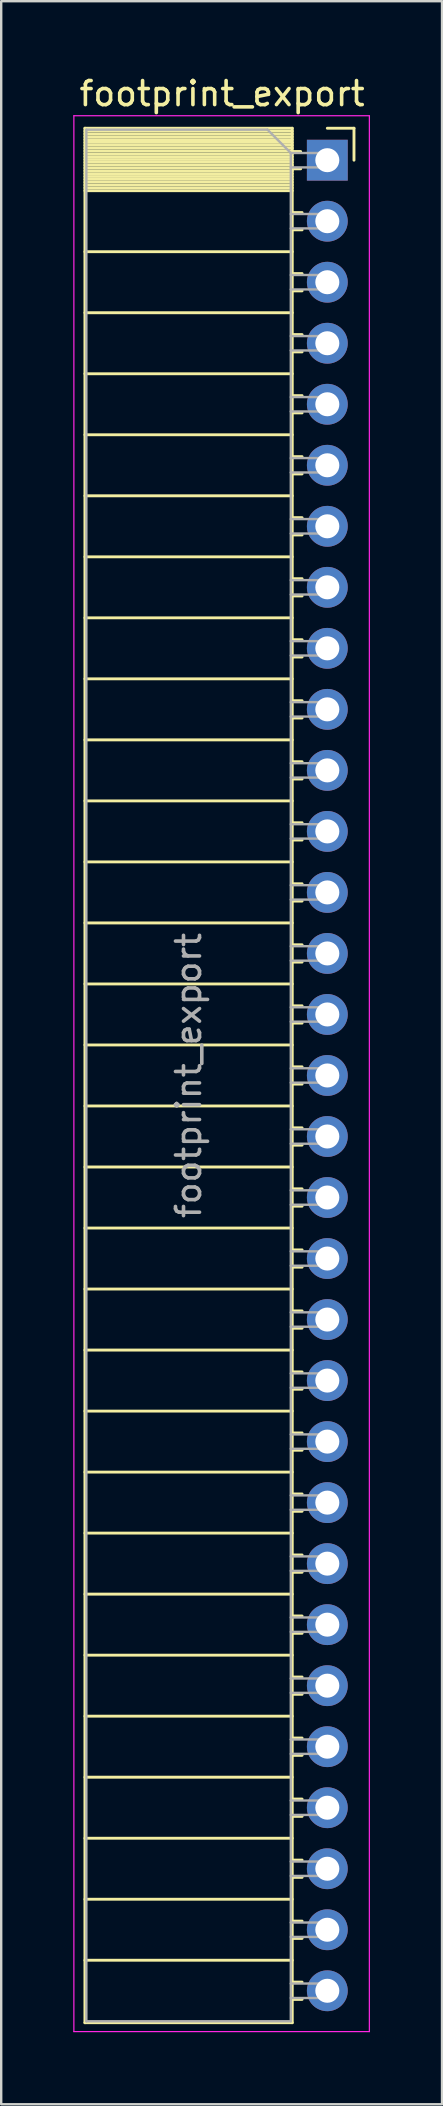
<source format=kicad_pcb>
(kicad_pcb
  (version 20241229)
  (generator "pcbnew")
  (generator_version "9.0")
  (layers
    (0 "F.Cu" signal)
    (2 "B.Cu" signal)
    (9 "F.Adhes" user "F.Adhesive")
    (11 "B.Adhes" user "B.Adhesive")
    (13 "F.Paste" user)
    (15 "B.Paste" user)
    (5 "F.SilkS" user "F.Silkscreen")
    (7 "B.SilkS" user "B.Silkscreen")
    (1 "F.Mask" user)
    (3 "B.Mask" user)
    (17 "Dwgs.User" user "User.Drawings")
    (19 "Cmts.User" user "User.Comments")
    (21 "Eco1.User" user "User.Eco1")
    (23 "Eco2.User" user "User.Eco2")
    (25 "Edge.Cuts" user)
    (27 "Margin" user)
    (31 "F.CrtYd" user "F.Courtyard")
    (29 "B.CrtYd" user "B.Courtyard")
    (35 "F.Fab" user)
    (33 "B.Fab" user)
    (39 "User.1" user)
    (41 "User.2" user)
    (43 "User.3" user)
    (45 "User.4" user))
  (footprint "footprint_export"
    (layer "F.Cu")
    (at 10.575 3.618)
    (property "Reference" "footprint_export" (at -4.38 -2.77 0) (layer "F.SilkS") (effects (font (size 1 1) (thickness 0.15))))
    (attr through_hole)
    (fp_line (start -10.09 -1.33) (end -10.09 77.53) (stroke (width 0.12) (type solid)) (layer "F.SilkS"))
    (fp_line (start -10.09 -1.33) (end -1.46 -1.33) (stroke (width 0.12) (type solid)) (layer "F.SilkS"))
    (fp_line (start -10.09 -1.21) (end -1.46 -1.21) (stroke (width 0.12) (type solid)) (layer "F.SilkS"))
    (fp_line (start -10.09 -1.092) (end -1.46 -1.092) (stroke (width 0.12) (type solid)) (layer "F.SilkS"))
    (fp_line (start -10.09 -0.974) (end -1.46 -0.974) (stroke (width 0.12) (type solid)) (layer "F.SilkS"))
    (fp_line (start -10.09 -0.856) (end -1.46 -0.856) (stroke (width 0.12) (type solid)) (layer "F.SilkS"))
    (fp_line (start -10.09 -0.738) (end -1.46 -0.738) (stroke (width 0.12) (type solid)) (layer "F.SilkS"))
    (fp_line (start -10.09 -0.62) (end -1.46 -0.62) (stroke (width 0.12) (type solid)) (layer "F.SilkS"))
    (fp_line (start -10.09 -0.501) (end -1.46 -0.501) (stroke (width 0.12) (type solid)) (layer "F.SilkS"))
    (fp_line (start -10.09 -0.383) (end -1.46 -0.383) (stroke (width 0.12) (type solid)) (layer "F.SilkS"))
    (fp_line (start -10.09 -0.265) (end -1.46 -0.265) (stroke (width 0.12) (type solid)) (layer "F.SilkS"))
    (fp_line (start -10.09 -0.147) (end -1.46 -0.147) (stroke (width 0.12) (type solid)) (layer "F.SilkS"))
    (fp_line (start -10.09 -0.029) (end -1.46 -0.029) (stroke (width 0.12) (type solid)) (layer "F.SilkS"))
    (fp_line (start -10.09 0.089) (end -1.46 0.089) (stroke (width 0.12) (type solid)) (layer "F.SilkS"))
    (fp_line (start -10.09 0.207) (end -1.46 0.207) (stroke (width 0.12) (type solid)) (layer "F.SilkS"))
    (fp_line (start -10.09 0.325) (end -1.46 0.325) (stroke (width 0.12) (type solid)) (layer "F.SilkS"))
    (fp_line (start -10.09 0.443) (end -1.46 0.443) (stroke (width 0.12) (type solid)) (layer "F.SilkS"))
    (fp_line (start -10.09 0.561) (end -1.46 0.561) (stroke (width 0.12) (type solid)) (layer "F.SilkS"))
    (fp_line (start -10.09 0.68) (end -1.46 0.68) (stroke (width 0.12) (type solid)) (layer "F.SilkS"))
    (fp_line (start -10.09 0.798) (end -1.46 0.798) (stroke (width 0.12) (type solid)) (layer "F.SilkS"))
    (fp_line (start -10.09 0.916) (end -1.46 0.916) (stroke (width 0.12) (type solid)) (layer "F.SilkS"))
    (fp_line (start -10.09 1.034) (end -1.46 1.034) (stroke (width 0.12) (type solid)) (layer "F.SilkS"))
    (fp_line (start -10.09 1.152) (end -1.46 1.152) (stroke (width 0.12) (type solid)) (layer "F.SilkS"))
    (fp_line (start -10.09 1.27) (end -1.46 1.27) (stroke (width 0.12) (type solid)) (layer "F.SilkS"))
    (fp_line (start -10.09 3.81) (end -1.46 3.81) (stroke (width 0.12) (type solid)) (layer "F.SilkS"))
    (fp_line (start -10.09 6.35) (end -1.46 6.35) (stroke (width 0.12) (type solid)) (layer "F.SilkS"))
    (fp_line (start -10.09 8.89) (end -1.46 8.89) (stroke (width 0.12) (type solid)) (layer "F.SilkS"))
    (fp_line (start -10.09 11.43) (end -1.46 11.43) (stroke (width 0.12) (type solid)) (layer "F.SilkS"))
    (fp_line (start -10.09 13.97) (end -1.46 13.97) (stroke (width 0.12) (type solid)) (layer "F.SilkS"))
    (fp_line (start -10.09 16.51) (end -1.46 16.51) (stroke (width 0.12) (type solid)) (layer "F.SilkS"))
    (fp_line (start -10.09 19.05) (end -1.46 19.05) (stroke (width 0.12) (type solid)) (layer "F.SilkS"))
    (fp_line (start -10.09 21.59) (end -1.46 21.59) (stroke (width 0.12) (type solid)) (layer "F.SilkS"))
    (fp_line (start -10.09 24.13) (end -1.46 24.13) (stroke (width 0.12) (type solid)) (layer "F.SilkS"))
    (fp_line (start -10.09 26.67) (end -1.46 26.67) (stroke (width 0.12) (type solid)) (layer "F.SilkS"))
    (fp_line (start -10.09 29.21) (end -1.46 29.21) (stroke (width 0.12) (type solid)) (layer "F.SilkS"))
    (fp_line (start -10.09 31.75) (end -1.46 31.75) (stroke (width 0.12) (type solid)) (layer "F.SilkS"))
    (fp_line (start -10.09 34.29) (end -1.46 34.29) (stroke (width 0.12) (type solid)) (layer "F.SilkS"))
    (fp_line (start -10.09 36.83) (end -1.46 36.83) (stroke (width 0.12) (type solid)) (layer "F.SilkS"))
    (fp_line (start -10.09 39.37) (end -1.46 39.37) (stroke (width 0.12) (type solid)) (layer "F.SilkS"))
    (fp_line (start -10.09 41.91) (end -1.46 41.91) (stroke (width 0.12) (type solid)) (layer "F.SilkS"))
    (fp_line (start -10.09 44.45) (end -1.46 44.45) (stroke (width 0.12) (type solid)) (layer "F.SilkS"))
    (fp_line (start -10.09 46.99) (end -1.46 46.99) (stroke (width 0.12) (type solid)) (layer "F.SilkS"))
    (fp_line (start -10.09 49.53) (end -1.46 49.53) (stroke (width 0.12) (type solid)) (layer "F.SilkS"))
    (fp_line (start -10.09 52.07) (end -1.46 52.07) (stroke (width 0.12) (type solid)) (layer "F.SilkS"))
    (fp_line (start -10.09 54.61) (end -1.46 54.61) (stroke (width 0.12) (type solid)) (layer "F.SilkS"))
    (fp_line (start -10.09 57.15) (end -1.46 57.15) (stroke (width 0.12) (type solid)) (layer "F.SilkS"))
    (fp_line (start -10.09 59.69) (end -1.46 59.69) (stroke (width 0.12) (type solid)) (layer "F.SilkS"))
    (fp_line (start -10.09 62.23) (end -1.46 62.23) (stroke (width 0.12) (type solid)) (layer "F.SilkS"))
    (fp_line (start -10.09 64.77) (end -1.46 64.77) (stroke (width 0.12) (type solid)) (layer "F.SilkS"))
    (fp_line (start -10.09 67.31) (end -1.46 67.31) (stroke (width 0.12) (type solid)) (layer "F.SilkS"))
    (fp_line (start -10.09 69.85) (end -1.46 69.85) (stroke (width 0.12) (type solid)) (layer "F.SilkS"))
    (fp_line (start -10.09 72.39) (end -1.46 72.39) (stroke (width 0.12) (type solid)) (layer "F.SilkS"))
    (fp_line (start -10.09 74.93) (end -1.46 74.93) (stroke (width 0.12) (type solid)) (layer "F.SilkS"))
    (fp_line (start -10.09 77.53) (end -1.46 77.53) (stroke (width 0.12) (type solid)) (layer "F.SilkS"))
    (fp_line (start -1.46 -1.33) (end -1.46 77.53) (stroke (width 0.12) (type solid)) (layer "F.SilkS"))
    (fp_line (start -1.46 -0.36) (end -1.11 -0.36) (stroke (width 0.12) (type solid)) (layer "F.SilkS"))
    (fp_line (start -1.46 0.36) (end -1.11 0.36) (stroke (width 0.12) (type solid)) (layer "F.SilkS"))
    (fp_line (start -1.46 2.18) (end -1.05 2.18) (stroke (width 0.12) (type solid)) (layer "F.SilkS"))
    (fp_line (start -1.46 2.9) (end -1.05 2.9) (stroke (width 0.12) (type solid)) (layer "F.SilkS"))
    (fp_line (start -1.46 4.72) (end -1.05 4.72) (stroke (width 0.12) (type solid)) (layer "F.SilkS"))
    (fp_line (start -1.46 5.44) (end -1.05 5.44) (stroke (width 0.12) (type solid)) (layer "F.SilkS"))
    (fp_line (start -1.46 7.26) (end -1.05 7.26) (stroke (width 0.12) (type solid)) (layer "F.SilkS"))
    (fp_line (start -1.46 7.98) (end -1.05 7.98) (stroke (width 0.12) (type solid)) (layer "F.SilkS"))
    (fp_line (start -1.46 9.8) (end -1.05 9.8) (stroke (width 0.12) (type solid)) (layer "F.SilkS"))
    (fp_line (start -1.46 10.52) (end -1.05 10.52) (stroke (width 0.12) (type solid)) (layer "F.SilkS"))
    (fp_line (start -1.46 12.34) (end -1.05 12.34) (stroke (width 0.12) (type solid)) (layer "F.SilkS"))
    (fp_line (start -1.46 13.06) (end -1.05 13.06) (stroke (width 0.12) (type solid)) (layer "F.SilkS"))
    (fp_line (start -1.46 14.88) (end -1.05 14.88) (stroke (width 0.12) (type solid)) (layer "F.SilkS"))
    (fp_line (start -1.46 15.6) (end -1.05 15.6) (stroke (width 0.12) (type solid)) (layer "F.SilkS"))
    (fp_line (start -1.46 17.42) (end -1.05 17.42) (stroke (width 0.12) (type solid)) (layer "F.SilkS"))
    (fp_line (start -1.46 18.14) (end -1.05 18.14) (stroke (width 0.12) (type solid)) (layer "F.SilkS"))
    (fp_line (start -1.46 19.96) (end -1.05 19.96) (stroke (width 0.12) (type solid)) (layer "F.SilkS"))
    (fp_line (start -1.46 20.68) (end -1.05 20.68) (stroke (width 0.12) (type solid)) (layer "F.SilkS"))
    (fp_line (start -1.46 22.5) (end -1.05 22.5) (stroke (width 0.12) (type solid)) (layer "F.SilkS"))
    (fp_line (start -1.46 23.22) (end -1.05 23.22) (stroke (width 0.12) (type solid)) (layer "F.SilkS"))
    (fp_line (start -1.46 25.04) (end -1.05 25.04) (stroke (width 0.12) (type solid)) (layer "F.SilkS"))
    (fp_line (start -1.46 25.76) (end -1.05 25.76) (stroke (width 0.12) (type solid)) (layer "F.SilkS"))
    (fp_line (start -1.46 27.58) (end -1.05 27.58) (stroke (width 0.12) (type solid)) (layer "F.SilkS"))
    (fp_line (start -1.46 28.3) (end -1.05 28.3) (stroke (width 0.12) (type solid)) (layer "F.SilkS"))
    (fp_line (start -1.46 30.12) (end -1.05 30.12) (stroke (width 0.12) (type solid)) (layer "F.SilkS"))
    (fp_line (start -1.46 30.84) (end -1.05 30.84) (stroke (width 0.12) (type solid)) (layer "F.SilkS"))
    (fp_line (start -1.46 32.66) (end -1.05 32.66) (stroke (width 0.12) (type solid)) (layer "F.SilkS"))
    (fp_line (start -1.46 33.38) (end -1.05 33.38) (stroke (width 0.12) (type solid)) (layer "F.SilkS"))
    (fp_line (start -1.46 35.2) (end -1.05 35.2) (stroke (width 0.12) (type solid)) (layer "F.SilkS"))
    (fp_line (start -1.46 35.92) (end -1.05 35.92) (stroke (width 0.12) (type solid)) (layer "F.SilkS"))
    (fp_line (start -1.46 37.74) (end -1.05 37.74) (stroke (width 0.12) (type solid)) (layer "F.SilkS"))
    (fp_line (start -1.46 38.46) (end -1.05 38.46) (stroke (width 0.12) (type solid)) (layer "F.SilkS"))
    (fp_line (start -1.46 40.28) (end -1.05 40.28) (stroke (width 0.12) (type solid)) (layer "F.SilkS"))
    (fp_line (start -1.46 41) (end -1.05 41) (stroke (width 0.12) (type solid)) (layer "F.SilkS"))
    (fp_line (start -1.46 42.82) (end -1.05 42.82) (stroke (width 0.12) (type solid)) (layer "F.SilkS"))
    (fp_line (start -1.46 43.54) (end -1.05 43.54) (stroke (width 0.12) (type solid)) (layer "F.SilkS"))
    (fp_line (start -1.46 45.36) (end -1.05 45.36) (stroke (width 0.12) (type solid)) (layer "F.SilkS"))
    (fp_line (start -1.46 46.08) (end -1.05 46.08) (stroke (width 0.12) (type solid)) (layer "F.SilkS"))
    (fp_line (start -1.46 47.9) (end -1.05 47.9) (stroke (width 0.12) (type solid)) (layer "F.SilkS"))
    (fp_line (start -1.46 48.62) (end -1.05 48.62) (stroke (width 0.12) (type solid)) (layer "F.SilkS"))
    (fp_line (start -1.46 50.44) (end -1.05 50.44) (stroke (width 0.12) (type solid)) (layer "F.SilkS"))
    (fp_line (start -1.46 51.16) (end -1.05 51.16) (stroke (width 0.12) (type solid)) (layer "F.SilkS"))
    (fp_line (start -1.46 52.98) (end -1.05 52.98) (stroke (width 0.12) (type solid)) (layer "F.SilkS"))
    (fp_line (start -1.46 53.7) (end -1.05 53.7) (stroke (width 0.12) (type solid)) (layer "F.SilkS"))
    (fp_line (start -1.46 55.52) (end -1.05 55.52) (stroke (width 0.12) (type solid)) (layer "F.SilkS"))
    (fp_line (start -1.46 56.24) (end -1.05 56.24) (stroke (width 0.12) (type solid)) (layer "F.SilkS"))
    (fp_line (start -1.46 58.06) (end -1.05 58.06) (stroke (width 0.12) (type solid)) (layer "F.SilkS"))
    (fp_line (start -1.46 58.78) (end -1.05 58.78) (stroke (width 0.12) (type solid)) (layer "F.SilkS"))
    (fp_line (start -1.46 60.6) (end -1.05 60.6) (stroke (width 0.12) (type solid)) (layer "F.SilkS"))
    (fp_line (start -1.46 61.32) (end -1.05 61.32) (stroke (width 0.12) (type solid)) (layer "F.SilkS"))
    (fp_line (start -1.46 63.14) (end -1.05 63.14) (stroke (width 0.12) (type solid)) (layer "F.SilkS"))
    (fp_line (start -1.46 63.86) (end -1.05 63.86) (stroke (width 0.12) (type solid)) (layer "F.SilkS"))
    (fp_line (start -1.46 65.68) (end -1.05 65.68) (stroke (width 0.12) (type solid)) (layer "F.SilkS"))
    (fp_line (start -1.46 66.4) (end -1.05 66.4) (stroke (width 0.12) (type solid)) (layer "F.SilkS"))
    (fp_line (start -1.46 68.22) (end -1.05 68.22) (stroke (width 0.12) (type solid)) (layer "F.SilkS"))
    (fp_line (start -1.46 68.94) (end -1.05 68.94) (stroke (width 0.12) (type solid)) (layer "F.SilkS"))
    (fp_line (start -1.46 70.76) (end -1.05 70.76) (stroke (width 0.12) (type solid)) (layer "F.SilkS"))
    (fp_line (start -1.46 71.48) (end -1.05 71.48) (stroke (width 0.12) (type solid)) (layer "F.SilkS"))
    (fp_line (start -1.46 73.3) (end -1.05 73.3) (stroke (width 0.12) (type solid)) (layer "F.SilkS"))
    (fp_line (start -1.46 74.02) (end -1.05 74.02) (stroke (width 0.12) (type solid)) (layer "F.SilkS"))
    (fp_line (start -1.46 75.84) (end -1.05 75.84) (stroke (width 0.12) (type solid)) (layer "F.SilkS"))
    (fp_line (start -1.46 76.56) (end -1.05 76.56) (stroke (width 0.12) (type solid)) (layer "F.SilkS"))
    (fp_line (start 0 -1.33) (end 1.11 -1.33) (stroke (width 0.12) (type solid)) (layer "F.SilkS"))
    (fp_line (start 1.11 -1.33) (end 1.11 0) (stroke (width 0.12) (type solid)) (layer "F.SilkS"))
    (fp_line (start -10.55 -1.85) (end -10.55 77.9) (stroke (width 0.05) (type solid)) (layer "F.CrtYd"))
    (fp_line (start -10.55 77.9) (end 1.75 77.9) (stroke (width 0.05) (type solid)) (layer "F.CrtYd"))
    (fp_line (start 1.75 -1.85) (end -10.55 -1.85) (stroke (width 0.05) (type solid)) (layer "F.CrtYd"))
    (fp_line (start 1.75 77.9) (end 1.75 -1.85) (stroke (width 0.05) (type solid)) (layer "F.CrtYd"))
    (fp_line (start -10.03 -1.27) (end -2.49 -1.27) (stroke (width 0.1) (type solid)) (layer "F.Fab"))
    (fp_line (start -10.03 77.47) (end -10.03 -1.27) (stroke (width 0.1) (type solid)) (layer "F.Fab"))
    (fp_line (start -2.49 -1.27) (end -1.52 -0.3) (stroke (width 0.1) (type solid)) (layer "F.Fab"))
    (fp_line (start -1.52 -0.3) (end -1.52 77.47) (stroke (width 0.1) (type solid)) (layer "F.Fab"))
    (fp_line (start -1.52 0.3) (end 0 0.3) (stroke (width 0.1) (type solid)) (layer "F.Fab"))
    (fp_line (start -1.52 2.84) (end 0 2.84) (stroke (width 0.1) (type solid)) (layer "F.Fab"))
    (fp_line (start -1.52 5.38) (end 0 5.38) (stroke (width 0.1) (type solid)) (layer "F.Fab"))
    (fp_line (start -1.52 7.92) (end 0 7.92) (stroke (width 0.1) (type solid)) (layer "F.Fab"))
    (fp_line (start -1.52 10.46) (end 0 10.46) (stroke (width 0.1) (type solid)) (layer "F.Fab"))
    (fp_line (start -1.52 13) (end 0 13) (stroke (width 0.1) (type solid)) (layer "F.Fab"))
    (fp_line (start -1.52 15.54) (end 0 15.54) (stroke (width 0.1) (type solid)) (layer "F.Fab"))
    (fp_line (start -1.52 18.08) (end 0 18.08) (stroke (width 0.1) (type solid)) (layer "F.Fab"))
    (fp_line (start -1.52 20.62) (end 0 20.62) (stroke (width 0.1) (type solid)) (layer "F.Fab"))
    (fp_line (start -1.52 23.16) (end 0 23.16) (stroke (width 0.1) (type solid)) (layer "F.Fab"))
    (fp_line (start -1.52 25.7) (end 0 25.7) (stroke (width 0.1) (type solid)) (layer "F.Fab"))
    (fp_line (start -1.52 28.24) (end 0 28.24) (stroke (width 0.1) (type solid)) (layer "F.Fab"))
    (fp_line (start -1.52 30.78) (end 0 30.78) (stroke (width 0.1) (type solid)) (layer "F.Fab"))
    (fp_line (start -1.52 33.32) (end 0 33.32) (stroke (width 0.1) (type solid)) (layer "F.Fab"))
    (fp_line (start -1.52 35.86) (end 0 35.86) (stroke (width 0.1) (type solid)) (layer "F.Fab"))
    (fp_line (start -1.52 38.4) (end 0 38.4) (stroke (width 0.1) (type solid)) (layer "F.Fab"))
    (fp_line (start -1.52 40.94) (end 0 40.94) (stroke (width 0.1) (type solid)) (layer "F.Fab"))
    (fp_line (start -1.52 43.48) (end 0 43.48) (stroke (width 0.1) (type solid)) (layer "F.Fab"))
    (fp_line (start -1.52 46.02) (end 0 46.02) (stroke (width 0.1) (type solid)) (layer "F.Fab"))
    (fp_line (start -1.52 48.56) (end 0 48.56) (stroke (width 0.1) (type solid)) (layer "F.Fab"))
    (fp_line (start -1.52 51.1) (end 0 51.1) (stroke (width 0.1) (type solid)) (layer "F.Fab"))
    (fp_line (start -1.52 53.64) (end 0 53.64) (stroke (width 0.1) (type solid)) (layer "F.Fab"))
    (fp_line (start -1.52 56.18) (end 0 56.18) (stroke (width 0.1) (type solid)) (layer "F.Fab"))
    (fp_line (start -1.52 58.72) (end 0 58.72) (stroke (width 0.1) (type solid)) (layer "F.Fab"))
    (fp_line (start -1.52 61.26) (end 0 61.26) (stroke (width 0.1) (type solid)) (layer "F.Fab"))
    (fp_line (start -1.52 63.8) (end 0 63.8) (stroke (width 0.1) (type solid)) (layer "F.Fab"))
    (fp_line (start -1.52 66.34) (end 0 66.34) (stroke (width 0.1) (type solid)) (layer "F.Fab"))
    (fp_line (start -1.52 68.88) (end 0 68.88) (stroke (width 0.1) (type solid)) (layer "F.Fab"))
    (fp_line (start -1.52 71.42) (end 0 71.42) (stroke (width 0.1) (type solid)) (layer "F.Fab"))
    (fp_line (start -1.52 73.96) (end 0 73.96) (stroke (width 0.1) (type solid)) (layer "F.Fab"))
    (fp_line (start -1.52 76.5) (end 0 76.5) (stroke (width 0.1) (type solid)) (layer "F.Fab"))
    (fp_line (start -1.52 77.47) (end -10.03 77.47) (stroke (width 0.1) (type solid)) (layer "F.Fab"))
    (fp_line (start 0 -0.3) (end -1.52 -0.3) (stroke (width 0.1) (type solid)) (layer "F.Fab"))
    (fp_line (start 0 0.3) (end 0 -0.3) (stroke (width 0.1) (type solid)) (layer "F.Fab"))
    (fp_line (start 0 2.24) (end -1.52 2.24) (stroke (width 0.1) (type solid)) (layer "F.Fab"))
    (fp_line (start 0 2.84) (end 0 2.24) (stroke (width 0.1) (type solid)) (layer "F.Fab"))
    (fp_line (start 0 4.78) (end -1.52 4.78) (stroke (width 0.1) (type solid)) (layer "F.Fab"))
    (fp_line (start 0 5.38) (end 0 4.78) (stroke (width 0.1) (type solid)) (layer "F.Fab"))
    (fp_line (start 0 7.32) (end -1.52 7.32) (stroke (width 0.1) (type solid)) (layer "F.Fab"))
    (fp_line (start 0 7.92) (end 0 7.32) (stroke (width 0.1) (type solid)) (layer "F.Fab"))
    (fp_line (start 0 9.86) (end -1.52 9.86) (stroke (width 0.1) (type solid)) (layer "F.Fab"))
    (fp_line (start 0 10.46) (end 0 9.86) (stroke (width 0.1) (type solid)) (layer "F.Fab"))
    (fp_line (start 0 12.4) (end -1.52 12.4) (stroke (width 0.1) (type solid)) (layer "F.Fab"))
    (fp_line (start 0 13) (end 0 12.4) (stroke (width 0.1) (type solid)) (layer "F.Fab"))
    (fp_line (start 0 14.94) (end -1.52 14.94) (stroke (width 0.1) (type solid)) (layer "F.Fab"))
    (fp_line (start 0 15.54) (end 0 14.94) (stroke (width 0.1) (type solid)) (layer "F.Fab"))
    (fp_line (start 0 17.48) (end -1.52 17.48) (stroke (width 0.1) (type solid)) (layer "F.Fab"))
    (fp_line (start 0 18.08) (end 0 17.48) (stroke (width 0.1) (type solid)) (layer "F.Fab"))
    (fp_line (start 0 20.02) (end -1.52 20.02) (stroke (width 0.1) (type solid)) (layer "F.Fab"))
    (fp_line (start 0 20.62) (end 0 20.02) (stroke (width 0.1) (type solid)) (layer "F.Fab"))
    (fp_line (start 0 22.56) (end -1.52 22.56) (stroke (width 0.1) (type solid)) (layer "F.Fab"))
    (fp_line (start 0 23.16) (end 0 22.56) (stroke (width 0.1) (type solid)) (layer "F.Fab"))
    (fp_line (start 0 25.1) (end -1.52 25.1) (stroke (width 0.1) (type solid)) (layer "F.Fab"))
    (fp_line (start 0 25.7) (end 0 25.1) (stroke (width 0.1) (type solid)) (layer "F.Fab"))
    (fp_line (start 0 27.64) (end -1.52 27.64) (stroke (width 0.1) (type solid)) (layer "F.Fab"))
    (fp_line (start 0 28.24) (end 0 27.64) (stroke (width 0.1) (type solid)) (layer "F.Fab"))
    (fp_line (start 0 30.18) (end -1.52 30.18) (stroke (width 0.1) (type solid)) (layer "F.Fab"))
    (fp_line (start 0 30.78) (end 0 30.18) (stroke (width 0.1) (type solid)) (layer "F.Fab"))
    (fp_line (start 0 32.72) (end -1.52 32.72) (stroke (width 0.1) (type solid)) (layer "F.Fab"))
    (fp_line (start 0 33.32) (end 0 32.72) (stroke (width 0.1) (type solid)) (layer "F.Fab"))
    (fp_line (start 0 35.26) (end -1.52 35.26) (stroke (width 0.1) (type solid)) (layer "F.Fab"))
    (fp_line (start 0 35.86) (end 0 35.26) (stroke (width 0.1) (type solid)) (layer "F.Fab"))
    (fp_line (start 0 37.8) (end -1.52 37.8) (stroke (width 0.1) (type solid)) (layer "F.Fab"))
    (fp_line (start 0 38.4) (end 0 37.8) (stroke (width 0.1) (type solid)) (layer "F.Fab"))
    (fp_line (start 0 40.34) (end -1.52 40.34) (stroke (width 0.1) (type solid)) (layer "F.Fab"))
    (fp_line (start 0 40.94) (end 0 40.34) (stroke (width 0.1) (type solid)) (layer "F.Fab"))
    (fp_line (start 0 42.88) (end -1.52 42.88) (stroke (width 0.1) (type solid)) (layer "F.Fab"))
    (fp_line (start 0 43.48) (end 0 42.88) (stroke (width 0.1) (type solid)) (layer "F.Fab"))
    (fp_line (start 0 45.42) (end -1.52 45.42) (stroke (width 0.1) (type solid)) (layer "F.Fab"))
    (fp_line (start 0 46.02) (end 0 45.42) (stroke (width 0.1) (type solid)) (layer "F.Fab"))
    (fp_line (start 0 47.96) (end -1.52 47.96) (stroke (width 0.1) (type solid)) (layer "F.Fab"))
    (fp_line (start 0 48.56) (end 0 47.96) (stroke (width 0.1) (type solid)) (layer "F.Fab"))
    (fp_line (start 0 50.5) (end -1.52 50.5) (stroke (width 0.1) (type solid)) (layer "F.Fab"))
    (fp_line (start 0 51.1) (end 0 50.5) (stroke (width 0.1) (type solid)) (layer "F.Fab"))
    (fp_line (start 0 53.04) (end -1.52 53.04) (stroke (width 0.1) (type solid)) (layer "F.Fab"))
    (fp_line (start 0 53.64) (end 0 53.04) (stroke (width 0.1) (type solid)) (layer "F.Fab"))
    (fp_line (start 0 55.58) (end -1.52 55.58) (stroke (width 0.1) (type solid)) (layer "F.Fab"))
    (fp_line (start 0 56.18) (end 0 55.58) (stroke (width 0.1) (type solid)) (layer "F.Fab"))
    (fp_line (start 0 58.12) (end -1.52 58.12) (stroke (width 0.1) (type solid)) (layer "F.Fab"))
    (fp_line (start 0 58.72) (end 0 58.12) (stroke (width 0.1) (type solid)) (layer "F.Fab"))
    (fp_line (start 0 60.66) (end -1.52 60.66) (stroke (width 0.1) (type solid)) (layer "F.Fab"))
    (fp_line (start 0 61.26) (end 0 60.66) (stroke (width 0.1) (type solid)) (layer "F.Fab"))
    (fp_line (start 0 63.2) (end -1.52 63.2) (stroke (width 0.1) (type solid)) (layer "F.Fab"))
    (fp_line (start 0 63.8) (end 0 63.2) (stroke (width 0.1) (type solid)) (layer "F.Fab"))
    (fp_line (start 0 65.74) (end -1.52 65.74) (stroke (width 0.1) (type solid)) (layer "F.Fab"))
    (fp_line (start 0 66.34) (end 0 65.74) (stroke (width 0.1) (type solid)) (layer "F.Fab"))
    (fp_line (start 0 68.28) (end -1.52 68.28) (stroke (width 0.1) (type solid)) (layer "F.Fab"))
    (fp_line (start 0 68.88) (end 0 68.28) (stroke (width 0.1) (type solid)) (layer "F.Fab"))
    (fp_line (start 0 70.82) (end -1.52 70.82) (stroke (width 0.1) (type solid)) (layer "F.Fab"))
    (fp_line (start 0 71.42) (end 0 70.82) (stroke (width 0.1) (type solid)) (layer "F.Fab"))
    (fp_line (start 0 73.36) (end -1.52 73.36) (stroke (width 0.1) (type solid)) (layer "F.Fab"))
    (fp_line (start 0 73.96) (end 0 73.36) (stroke (width 0.1) (type solid)) (layer "F.Fab"))
    (fp_line (start 0 75.9) (end -1.52 75.9) (stroke (width 0.1) (type solid)) (layer "F.Fab"))
    (fp_line (start 0 76.5) (end 0 75.9) (stroke (width 0.1) (type solid)) (layer "F.Fab"))
    (fp_text user "${REFERENCE}" (at -5.775 38.1 90) (layer "F.Fab") (effects (font (size 1 1) (thickness 0.15))))
    (pad "1" thru_hole rect (at 0 0) (size 1.7 1.7) (drill 1) (layers "*.Cu" "*.Mask"))
    (pad "2" thru_hole oval (at 0 2.54) (size 1.7 1.7) (drill 1) (layers "*.Cu" "*.Mask"))
    (pad "3" thru_hole oval (at 0 5.08) (size 1.7 1.7) (drill 1) (layers "*.Cu" "*.Mask"))
    (pad "4" thru_hole oval (at 0 7.62) (size 1.7 1.7) (drill 1) (layers "*.Cu" "*.Mask"))
    (pad "5" thru_hole oval (at 0 10.16) (size 1.7 1.7) (drill 1) (layers "*.Cu" "*.Mask"))
    (pad "6" thru_hole oval (at 0 12.7) (size 1.7 1.7) (drill 1) (layers "*.Cu" "*.Mask"))
    (pad "7" thru_hole oval (at 0 15.24) (size 1.7 1.7) (drill 1) (layers "*.Cu" "*.Mask"))
    (pad "8" thru_hole oval (at 0 17.78) (size 1.7 1.7) (drill 1) (layers "*.Cu" "*.Mask"))
    (pad "9" thru_hole oval (at 0 20.32) (size 1.7 1.7) (drill 1) (layers "*.Cu" "*.Mask"))
    (pad "10" thru_hole oval (at 0 22.86) (size 1.7 1.7) (drill 1) (layers "*.Cu" "*.Mask"))
    (pad "11" thru_hole oval (at 0 25.4) (size 1.7 1.7) (drill 1) (layers "*.Cu" "*.Mask"))
    (pad "12" thru_hole oval (at 0 27.94) (size 1.7 1.7) (drill 1) (layers "*.Cu" "*.Mask"))
    (pad "13" thru_hole oval (at 0 30.48) (size 1.7 1.7) (drill 1) (layers "*.Cu" "*.Mask"))
    (pad "14" thru_hole oval (at 0 33.02) (size 1.7 1.7) (drill 1) (layers "*.Cu" "*.Mask"))
    (pad "15" thru_hole oval (at 0 35.56) (size 1.7 1.7) (drill 1) (layers "*.Cu" "*.Mask"))
    (pad "16" thru_hole oval (at 0 38.1) (size 1.7 1.7) (drill 1) (layers "*.Cu" "*.Mask"))
    (pad "17" thru_hole oval (at 0 40.64) (size 1.7 1.7) (drill 1) (layers "*.Cu" "*.Mask"))
    (pad "18" thru_hole oval (at 0 43.18) (size 1.7 1.7) (drill 1) (layers "*.Cu" "*.Mask"))
    (pad "19" thru_hole oval (at 0 45.72) (size 1.7 1.7) (drill 1) (layers "*.Cu" "*.Mask"))
    (pad "20" thru_hole oval (at 0 48.26) (size 1.7 1.7) (drill 1) (layers "*.Cu" "*.Mask"))
    (pad "21" thru_hole oval (at 0 50.8) (size 1.7 1.7) (drill 1) (layers "*.Cu" "*.Mask"))
    (pad "22" thru_hole oval (at 0 53.34) (size 1.7 1.7) (drill 1) (layers "*.Cu" "*.Mask"))
    (pad "23" thru_hole oval (at 0 55.88) (size 1.7 1.7) (drill 1) (layers "*.Cu" "*.Mask"))
    (pad "24" thru_hole oval (at 0 58.42) (size 1.7 1.7) (drill 1) (layers "*.Cu" "*.Mask"))
    (pad "25" thru_hole oval (at 0 60.96) (size 1.7 1.7) (drill 1) (layers "*.Cu" "*.Mask"))
    (pad "26" thru_hole oval (at 0 63.5) (size 1.7 1.7) (drill 1) (layers "*.Cu" "*.Mask"))
    (pad "27" thru_hole oval (at 0 66.04) (size 1.7 1.7) (drill 1) (layers "*.Cu" "*.Mask"))
    (pad "28" thru_hole oval (at 0 68.58) (size 1.7 1.7) (drill 1) (layers "*.Cu" "*.Mask"))
    (pad "29" thru_hole oval (at 0 71.12) (size 1.7 1.7) (drill 1) (layers "*.Cu" "*.Mask"))
    (pad "30" thru_hole oval (at 0 73.66) (size 1.7 1.7) (drill 1) (layers "*.Cu" "*.Mask"))
    (pad "31" thru_hole oval (at 0 76.2) (size 1.7 1.7) (drill 1) (layers "*.Cu" "*.Mask")))
  (gr_rect
    (start -3 -3)
    (end 15.35 84.543)
    (stroke (width 0.1) (type default))
    (fill no)
    (layer "Edge.Cuts")))
</source>
